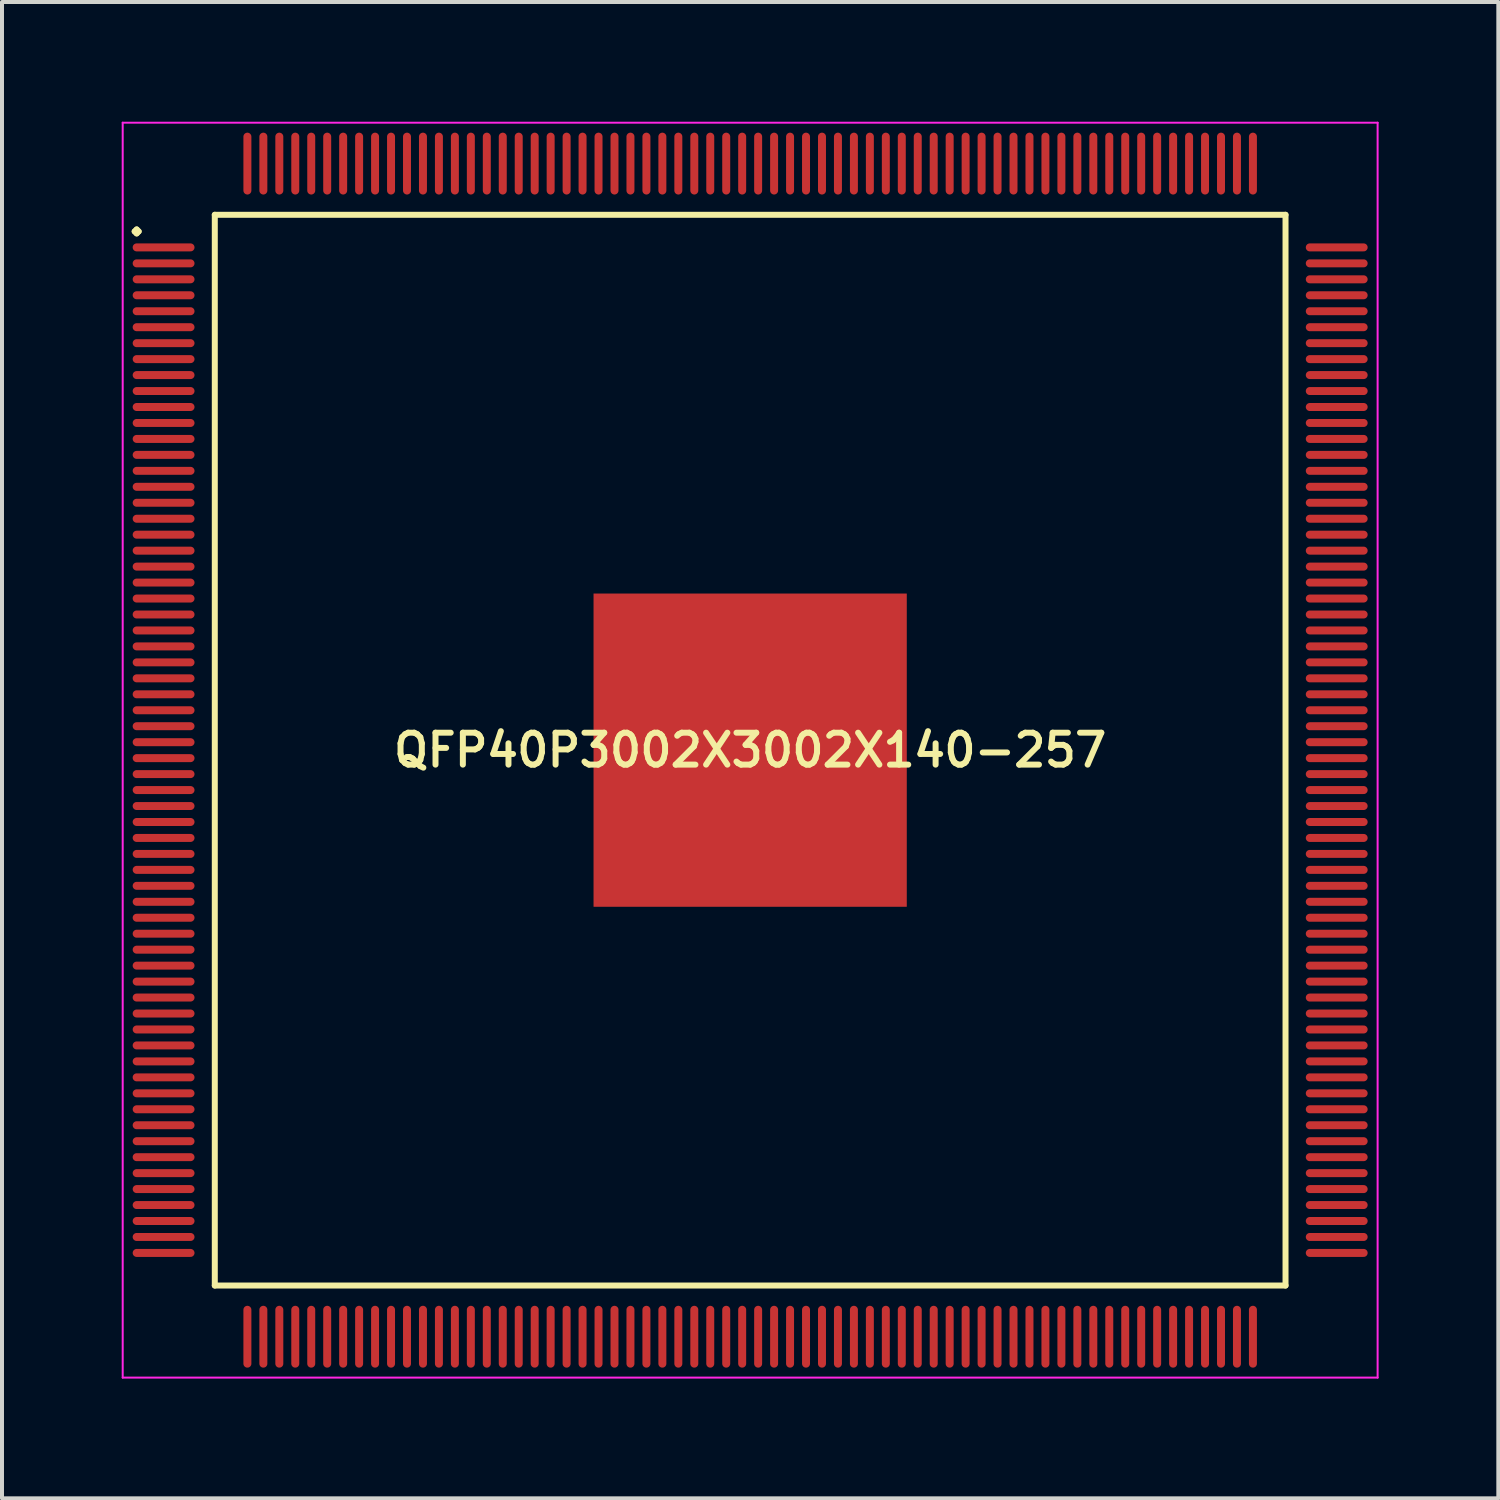
<source format=kicad_pcb>
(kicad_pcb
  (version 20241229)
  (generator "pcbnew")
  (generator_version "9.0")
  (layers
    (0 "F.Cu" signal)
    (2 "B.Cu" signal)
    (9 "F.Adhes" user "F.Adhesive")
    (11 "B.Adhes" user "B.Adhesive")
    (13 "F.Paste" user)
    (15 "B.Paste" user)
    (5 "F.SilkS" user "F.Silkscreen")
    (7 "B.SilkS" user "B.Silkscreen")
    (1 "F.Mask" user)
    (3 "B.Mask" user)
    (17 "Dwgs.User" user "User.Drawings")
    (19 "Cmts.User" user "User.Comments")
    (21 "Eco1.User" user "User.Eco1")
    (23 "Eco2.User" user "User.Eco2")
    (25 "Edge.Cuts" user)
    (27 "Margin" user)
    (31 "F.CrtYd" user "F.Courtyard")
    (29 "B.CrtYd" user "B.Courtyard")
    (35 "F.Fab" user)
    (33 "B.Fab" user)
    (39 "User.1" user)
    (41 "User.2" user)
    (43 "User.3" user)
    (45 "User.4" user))
  (footprint "QFP40P3002X3002X140-257"
    (layer "F.Cu")
    (at 15.75 15.75)
    (property "Reference" "QFP40P3002X3002X140-257" (at 0 0 0) (layer "F.SilkS") (effects (font (size 0.8 0.8) (thickness 0.15))))
    (attr smd)
    (fp_line (start -15.425 -13) (end -15.375 -13.05) (stroke (width 0.15) (type solid)) (layer "F.SilkS"))
    (fp_line (start -15.375 -13.05) (end -15.325 -13) (stroke (width 0.15) (type solid)) (layer "F.SilkS"))
    (fp_line (start -15.375 -12.95) (end -15.425 -13) (stroke (width 0.15) (type solid)) (layer "F.SilkS"))
    (fp_line (start -15.325 -13) (end -15.375 -12.95) (stroke (width 0.15) (type solid)) (layer "F.SilkS"))
    (fp_line (start -13.417 -13.417) (end -13.417 13.417) (stroke (width 0.15) (type solid)) (layer "F.SilkS"))
    (fp_line (start -13.417 13.417) (end 13.417 13.417) (stroke (width 0.15) (type solid)) (layer "F.SilkS"))
    (fp_line (start 13.417 -13.417) (end -13.417 -13.417) (stroke (width 0.15) (type solid)) (layer "F.SilkS"))
    (fp_line (start 13.417 13.417) (end 13.417 -13.417) (stroke (width 0.15) (type solid)) (layer "F.SilkS"))
    (fp_line (start -15.725 -15.725) (end 15.725 -15.725) (stroke (width 0.05) (type solid)) (layer "F.CrtYd"))
    (fp_line (start -15.725 15.725) (end -15.725 -15.725) (stroke (width 0.05) (type solid)) (layer "F.CrtYd"))
    (fp_line (start 15.725 -15.725) (end 15.725 15.725) (stroke (width 0.05) (type solid)) (layer "F.CrtYd"))
    (fp_line (start 15.725 15.725) (end -15.725 15.725) (stroke (width 0.05) (type solid)) (layer "F.CrtYd"))
    (pad "1" smd oval (at -14.7 -12.6) (size 1.55 0.2) (layers "F.Cu" "F.Mask" "F.Paste"))
    (pad "2" smd oval (at -14.7 -12.2) (size 1.55 0.2) (layers "F.Cu" "F.Mask" "F.Paste"))
    (pad "3" smd oval (at -14.7 -11.8) (size 1.55 0.2) (layers "F.Cu" "F.Mask" "F.Paste"))
    (pad "4" smd oval (at -14.7 -11.4) (size 1.55 0.2) (layers "F.Cu" "F.Mask" "F.Paste"))
    (pad "5" smd oval (at -14.7 -11) (size 1.55 0.2) (layers "F.Cu" "F.Mask" "F.Paste"))
    (pad "6" smd oval (at -14.7 -10.6) (size 1.55 0.2) (layers "F.Cu" "F.Mask" "F.Paste"))
    (pad "7" smd oval (at -14.7 -10.2) (size 1.55 0.2) (layers "F.Cu" "F.Mask" "F.Paste"))
    (pad "8" smd oval (at -14.7 -9.8) (size 1.55 0.2) (layers "F.Cu" "F.Mask" "F.Paste"))
    (pad "9" smd oval (at -14.7 -9.4) (size 1.55 0.2) (layers "F.Cu" "F.Mask" "F.Paste"))
    (pad "10" smd oval (at -14.7 -9) (size 1.55 0.2) (layers "F.Cu" "F.Mask" "F.Paste"))
    (pad "11" smd oval (at -14.7 -8.6) (size 1.55 0.2) (layers "F.Cu" "F.Mask" "F.Paste"))
    (pad "12" smd oval (at -14.7 -8.2) (size 1.55 0.2) (layers "F.Cu" "F.Mask" "F.Paste"))
    (pad "13" smd oval (at -14.7 -7.8) (size 1.55 0.2) (layers "F.Cu" "F.Mask" "F.Paste"))
    (pad "14" smd oval (at -14.7 -7.4) (size 1.55 0.2) (layers "F.Cu" "F.Mask" "F.Paste"))
    (pad "15" smd oval (at -14.7 -7) (size 1.55 0.2) (layers "F.Cu" "F.Mask" "F.Paste"))
    (pad "16" smd oval (at -14.7 -6.6) (size 1.55 0.2) (layers "F.Cu" "F.Mask" "F.Paste"))
    (pad "17" smd oval (at -14.7 -6.2) (size 1.55 0.2) (layers "F.Cu" "F.Mask" "F.Paste"))
    (pad "18" smd oval (at -14.7 -5.8) (size 1.55 0.2) (layers "F.Cu" "F.Mask" "F.Paste"))
    (pad "19" smd oval (at -14.7 -5.4) (size 1.55 0.2) (layers "F.Cu" "F.Mask" "F.Paste"))
    (pad "20" smd oval (at -14.7 -5) (size 1.55 0.2) (layers "F.Cu" "F.Mask" "F.Paste"))
    (pad "21" smd oval (at -14.7 -4.6) (size 1.55 0.2) (layers "F.Cu" "F.Mask" "F.Paste"))
    (pad "22" smd oval (at -14.7 -4.2) (size 1.55 0.2) (layers "F.Cu" "F.Mask" "F.Paste"))
    (pad "23" smd oval (at -14.7 -3.8) (size 1.55 0.2) (layers "F.Cu" "F.Mask" "F.Paste"))
    (pad "24" smd oval (at -14.7 -3.4) (size 1.55 0.2) (layers "F.Cu" "F.Mask" "F.Paste"))
    (pad "25" smd oval (at -14.7 -3) (size 1.55 0.2) (layers "F.Cu" "F.Mask" "F.Paste"))
    (pad "26" smd oval (at -14.7 -2.6) (size 1.55 0.2) (layers "F.Cu" "F.Mask" "F.Paste"))
    (pad "27" smd oval (at -14.7 -2.2) (size 1.55 0.2) (layers "F.Cu" "F.Mask" "F.Paste"))
    (pad "28" smd oval (at -14.7 -1.8) (size 1.55 0.2) (layers "F.Cu" "F.Mask" "F.Paste"))
    (pad "29" smd oval (at -14.7 -1.4) (size 1.55 0.2) (layers "F.Cu" "F.Mask" "F.Paste"))
    (pad "30" smd oval (at -14.7 -1) (size 1.55 0.2) (layers "F.Cu" "F.Mask" "F.Paste"))
    (pad "31" smd oval (at -14.7 -0.6) (size 1.55 0.2) (layers "F.Cu" "F.Mask" "F.Paste"))
    (pad "32" smd oval (at -14.7 -0.2) (size 1.55 0.2) (layers "F.Cu" "F.Mask" "F.Paste"))
    (pad "33" smd oval (at -14.7 0.2) (size 1.55 0.2) (layers "F.Cu" "F.Mask" "F.Paste"))
    (pad "34" smd oval (at -14.7 0.6) (size 1.55 0.2) (layers "F.Cu" "F.Mask" "F.Paste"))
    (pad "35" smd oval (at -14.7 1) (size 1.55 0.2) (layers "F.Cu" "F.Mask" "F.Paste"))
    (pad "36" smd oval (at -14.7 1.4) (size 1.55 0.2) (layers "F.Cu" "F.Mask" "F.Paste"))
    (pad "37" smd oval (at -14.7 1.8) (size 1.55 0.2) (layers "F.Cu" "F.Mask" "F.Paste"))
    (pad "38" smd oval (at -14.7 2.2) (size 1.55 0.2) (layers "F.Cu" "F.Mask" "F.Paste"))
    (pad "39" smd oval (at -14.7 2.6) (size 1.55 0.2) (layers "F.Cu" "F.Mask" "F.Paste"))
    (pad "40" smd oval (at -14.7 3) (size 1.55 0.2) (layers "F.Cu" "F.Mask" "F.Paste"))
    (pad "41" smd oval (at -14.7 3.4) (size 1.55 0.2) (layers "F.Cu" "F.Mask" "F.Paste"))
    (pad "42" smd oval (at -14.7 3.8) (size 1.55 0.2) (layers "F.Cu" "F.Mask" "F.Paste"))
    (pad "43" smd oval (at -14.7 4.2) (size 1.55 0.2) (layers "F.Cu" "F.Mask" "F.Paste"))
    (pad "44" smd oval (at -14.7 4.6) (size 1.55 0.2) (layers "F.Cu" "F.Mask" "F.Paste"))
    (pad "45" smd oval (at -14.7 5) (size 1.55 0.2) (layers "F.Cu" "F.Mask" "F.Paste"))
    (pad "46" smd oval (at -14.7 5.4) (size 1.55 0.2) (layers "F.Cu" "F.Mask" "F.Paste"))
    (pad "47" smd oval (at -14.7 5.8) (size 1.55 0.2) (layers "F.Cu" "F.Mask" "F.Paste"))
    (pad "48" smd oval (at -14.7 6.2) (size 1.55 0.2) (layers "F.Cu" "F.Mask" "F.Paste"))
    (pad "49" smd oval (at -14.7 6.6) (size 1.55 0.2) (layers "F.Cu" "F.Mask" "F.Paste"))
    (pad "50" smd oval (at -14.7 7) (size 1.55 0.2) (layers "F.Cu" "F.Mask" "F.Paste"))
    (pad "51" smd oval (at -14.7 7.4) (size 1.55 0.2) (layers "F.Cu" "F.Mask" "F.Paste"))
    (pad "52" smd oval (at -14.7 7.8) (size 1.55 0.2) (layers "F.Cu" "F.Mask" "F.Paste"))
    (pad "53" smd oval (at -14.7 8.2) (size 1.55 0.2) (layers "F.Cu" "F.Mask" "F.Paste"))
    (pad "54" smd oval (at -14.7 8.6) (size 1.55 0.2) (layers "F.Cu" "F.Mask" "F.Paste"))
    (pad "55" smd oval (at -14.7 9) (size 1.55 0.2) (layers "F.Cu" "F.Mask" "F.Paste"))
    (pad "56" smd oval (at -14.7 9.4) (size 1.55 0.2) (layers "F.Cu" "F.Mask" "F.Paste"))
    (pad "57" smd oval (at -14.7 9.8) (size 1.55 0.2) (layers "F.Cu" "F.Mask" "F.Paste"))
    (pad "58" smd oval (at -14.7 10.2) (size 1.55 0.2) (layers "F.Cu" "F.Mask" "F.Paste"))
    (pad "59" smd oval (at -14.7 10.6) (size 1.55 0.2) (layers "F.Cu" "F.Mask" "F.Paste"))
    (pad "60" smd oval (at -14.7 11) (size 1.55 0.2) (layers "F.Cu" "F.Mask" "F.Paste"))
    (pad "61" smd oval (at -14.7 11.4) (size 1.55 0.2) (layers "F.Cu" "F.Mask" "F.Paste"))
    (pad "62" smd oval (at -14.7 11.8) (size 1.55 0.2) (layers "F.Cu" "F.Mask" "F.Paste"))
    (pad "63" smd oval (at -14.7 12.2) (size 1.55 0.2) (layers "F.Cu" "F.Mask" "F.Paste"))
    (pad "64" smd oval (at -14.7 12.6) (size 1.55 0.2) (layers "F.Cu" "F.Mask" "F.Paste"))
    (pad "65" smd oval (at -12.6 14.7) (size 0.2 1.55) (layers "F.Cu" "F.Mask" "F.Paste"))
    (pad "66" smd oval (at -12.2 14.7) (size 0.2 1.55) (layers "F.Cu" "F.Mask" "F.Paste"))
    (pad "67" smd oval (at -11.8 14.7) (size 0.2 1.55) (layers "F.Cu" "F.Mask" "F.Paste"))
    (pad "68" smd oval (at -11.4 14.7) (size 0.2 1.55) (layers "F.Cu" "F.Mask" "F.Paste"))
    (pad "69" smd oval (at -11 14.7) (size 0.2 1.55) (layers "F.Cu" "F.Mask" "F.Paste"))
    (pad "70" smd oval (at -10.6 14.7) (size 0.2 1.55) (layers "F.Cu" "F.Mask" "F.Paste"))
    (pad "71" smd oval (at -10.2 14.7) (size 0.2 1.55) (layers "F.Cu" "F.Mask" "F.Paste"))
    (pad "72" smd oval (at -9.8 14.7) (size 0.2 1.55) (layers "F.Cu" "F.Mask" "F.Paste"))
    (pad "73" smd oval (at -9.4 14.7) (size 0.2 1.55) (layers "F.Cu" "F.Mask" "F.Paste"))
    (pad "74" smd oval (at -9 14.7) (size 0.2 1.55) (layers "F.Cu" "F.Mask" "F.Paste"))
    (pad "75" smd oval (at -8.6 14.7) (size 0.2 1.55) (layers "F.Cu" "F.Mask" "F.Paste"))
    (pad "76" smd oval (at -8.2 14.7) (size 0.2 1.55) (layers "F.Cu" "F.Mask" "F.Paste"))
    (pad "77" smd oval (at -7.8 14.7) (size 0.2 1.55) (layers "F.Cu" "F.Mask" "F.Paste"))
    (pad "78" smd oval (at -7.4 14.7) (size 0.2 1.55) (layers "F.Cu" "F.Mask" "F.Paste"))
    (pad "79" smd oval (at -7 14.7) (size 0.2 1.55) (layers "F.Cu" "F.Mask" "F.Paste"))
    (pad "80" smd oval (at -6.6 14.7) (size 0.2 1.55) (layers "F.Cu" "F.Mask" "F.Paste"))
    (pad "81" smd oval (at -6.2 14.7) (size 0.2 1.55) (layers "F.Cu" "F.Mask" "F.Paste"))
    (pad "82" smd oval (at -5.8 14.7) (size 0.2 1.55) (layers "F.Cu" "F.Mask" "F.Paste"))
    (pad "83" smd oval (at -5.4 14.7) (size 0.2 1.55) (layers "F.Cu" "F.Mask" "F.Paste"))
    (pad "84" smd oval (at -5 14.7) (size 0.2 1.55) (layers "F.Cu" "F.Mask" "F.Paste"))
    (pad "85" smd oval (at -4.6 14.7) (size 0.2 1.55) (layers "F.Cu" "F.Mask" "F.Paste"))
    (pad "86" smd oval (at -4.2 14.7) (size 0.2 1.55) (layers "F.Cu" "F.Mask" "F.Paste"))
    (pad "87" smd oval (at -3.8 14.7) (size 0.2 1.55) (layers "F.Cu" "F.Mask" "F.Paste"))
    (pad "88" smd oval (at -3.4 14.7) (size 0.2 1.55) (layers "F.Cu" "F.Mask" "F.Paste"))
    (pad "89" smd oval (at -3 14.7) (size 0.2 1.55) (layers "F.Cu" "F.Mask" "F.Paste"))
    (pad "90" smd oval (at -2.6 14.7) (size 0.2 1.55) (layers "F.Cu" "F.Mask" "F.Paste"))
    (pad "91" smd oval (at -2.2 14.7) (size 0.2 1.55) (layers "F.Cu" "F.Mask" "F.Paste"))
    (pad "92" smd oval (at -1.8 14.7) (size 0.2 1.55) (layers "F.Cu" "F.Mask" "F.Paste"))
    (pad "93" smd oval (at -1.4 14.7) (size 0.2 1.55) (layers "F.Cu" "F.Mask" "F.Paste"))
    (pad "94" smd oval (at -1 14.7) (size 0.2 1.55) (layers "F.Cu" "F.Mask" "F.Paste"))
    (pad "95" smd oval (at -0.6 14.7) (size 0.2 1.55) (layers "F.Cu" "F.Mask" "F.Paste"))
    (pad "96" smd oval (at -0.2 14.7) (size 0.2 1.55) (layers "F.Cu" "F.Mask" "F.Paste"))
    (pad "97" smd oval (at 0.2 14.7) (size 0.2 1.55) (layers "F.Cu" "F.Mask" "F.Paste"))
    (pad "98" smd oval (at 0.6 14.7) (size 0.2 1.55) (layers "F.Cu" "F.Mask" "F.Paste"))
    (pad "99" smd oval (at 1 14.7) (size 0.2 1.55) (layers "F.Cu" "F.Mask" "F.Paste"))
    (pad "100" smd oval (at 1.4 14.7) (size 0.2 1.55) (layers "F.Cu" "F.Mask" "F.Paste"))
    (pad "101" smd oval (at 1.8 14.7) (size 0.2 1.55) (layers "F.Cu" "F.Mask" "F.Paste"))
    (pad "102" smd oval (at 2.2 14.7) (size 0.2 1.55) (layers "F.Cu" "F.Mask" "F.Paste"))
    (pad "103" smd oval (at 2.6 14.7) (size 0.2 1.55) (layers "F.Cu" "F.Mask" "F.Paste"))
    (pad "104" smd oval (at 3 14.7) (size 0.2 1.55) (layers "F.Cu" "F.Mask" "F.Paste"))
    (pad "105" smd oval (at 3.4 14.7) (size 0.2 1.55) (layers "F.Cu" "F.Mask" "F.Paste"))
    (pad "106" smd oval (at 3.8 14.7) (size 0.2 1.55) (layers "F.Cu" "F.Mask" "F.Paste"))
    (pad "107" smd oval (at 4.2 14.7) (size 0.2 1.55) (layers "F.Cu" "F.Mask" "F.Paste"))
    (pad "108" smd oval (at 4.6 14.7) (size 0.2 1.55) (layers "F.Cu" "F.Mask" "F.Paste"))
    (pad "109" smd oval (at 5 14.7) (size 0.2 1.55) (layers "F.Cu" "F.Mask" "F.Paste"))
    (pad "110" smd oval (at 5.4 14.7) (size 0.2 1.55) (layers "F.Cu" "F.Mask" "F.Paste"))
    (pad "111" smd oval (at 5.8 14.7) (size 0.2 1.55) (layers "F.Cu" "F.Mask" "F.Paste"))
    (pad "112" smd oval (at 6.2 14.7) (size 0.2 1.55) (layers "F.Cu" "F.Mask" "F.Paste"))
    (pad "113" smd oval (at 6.6 14.7) (size 0.2 1.55) (layers "F.Cu" "F.Mask" "F.Paste"))
    (pad "114" smd oval (at 7 14.7) (size 0.2 1.55) (layers "F.Cu" "F.Mask" "F.Paste"))
    (pad "115" smd oval (at 7.4 14.7) (size 0.2 1.55) (layers "F.Cu" "F.Mask" "F.Paste"))
    (pad "116" smd oval (at 7.8 14.7) (size 0.2 1.55) (layers "F.Cu" "F.Mask" "F.Paste"))
    (pad "117" smd oval (at 8.2 14.7) (size 0.2 1.55) (layers "F.Cu" "F.Mask" "F.Paste"))
    (pad "118" smd oval (at 8.6 14.7) (size 0.2 1.55) (layers "F.Cu" "F.Mask" "F.Paste"))
    (pad "119" smd oval (at 9 14.7) (size 0.2 1.55) (layers "F.Cu" "F.Mask" "F.Paste"))
    (pad "120" smd oval (at 9.4 14.7) (size 0.2 1.55) (layers "F.Cu" "F.Mask" "F.Paste"))
    (pad "121" smd oval (at 9.8 14.7) (size 0.2 1.55) (layers "F.Cu" "F.Mask" "F.Paste"))
    (pad "122" smd oval (at 10.2 14.7) (size 0.2 1.55) (layers "F.Cu" "F.Mask" "F.Paste"))
    (pad "123" smd oval (at 10.6 14.7) (size 0.2 1.55) (layers "F.Cu" "F.Mask" "F.Paste"))
    (pad "124" smd oval (at 11 14.7) (size 0.2 1.55) (layers "F.Cu" "F.Mask" "F.Paste"))
    (pad "125" smd oval (at 11.4 14.7) (size 0.2 1.55) (layers "F.Cu" "F.Mask" "F.Paste"))
    (pad "126" smd oval (at 11.8 14.7) (size 0.2 1.55) (layers "F.Cu" "F.Mask" "F.Paste"))
    (pad "127" smd oval (at 12.2 14.7) (size 0.2 1.55) (layers "F.Cu" "F.Mask" "F.Paste"))
    (pad "128" smd oval (at 12.6 14.7) (size 0.2 1.55) (layers "F.Cu" "F.Mask" "F.Paste"))
    (pad "129" smd oval (at 14.7 12.6) (size 1.55 0.2) (layers "F.Cu" "F.Mask" "F.Paste"))
    (pad "130" smd oval (at 14.7 12.2) (size 1.55 0.2) (layers "F.Cu" "F.Mask" "F.Paste"))
    (pad "131" smd oval (at 14.7 11.8) (size 1.55 0.2) (layers "F.Cu" "F.Mask" "F.Paste"))
    (pad "132" smd oval (at 14.7 11.4) (size 1.55 0.2) (layers "F.Cu" "F.Mask" "F.Paste"))
    (pad "133" smd oval (at 14.7 11) (size 1.55 0.2) (layers "F.Cu" "F.Mask" "F.Paste"))
    (pad "134" smd oval (at 14.7 10.6) (size 1.55 0.2) (layers "F.Cu" "F.Mask" "F.Paste"))
    (pad "135" smd oval (at 14.7 10.2) (size 1.55 0.2) (layers "F.Cu" "F.Mask" "F.Paste"))
    (pad "136" smd oval (at 14.7 9.8) (size 1.55 0.2) (layers "F.Cu" "F.Mask" "F.Paste"))
    (pad "137" smd oval (at 14.7 9.4) (size 1.55 0.2) (layers "F.Cu" "F.Mask" "F.Paste"))
    (pad "138" smd oval (at 14.7 9) (size 1.55 0.2) (layers "F.Cu" "F.Mask" "F.Paste"))
    (pad "139" smd oval (at 14.7 8.6) (size 1.55 0.2) (layers "F.Cu" "F.Mask" "F.Paste"))
    (pad "140" smd oval (at 14.7 8.2) (size 1.55 0.2) (layers "F.Cu" "F.Mask" "F.Paste"))
    (pad "141" smd oval (at 14.7 7.8) (size 1.55 0.2) (layers "F.Cu" "F.Mask" "F.Paste"))
    (pad "142" smd oval (at 14.7 7.4) (size 1.55 0.2) (layers "F.Cu" "F.Mask" "F.Paste"))
    (pad "143" smd oval (at 14.7 7) (size 1.55 0.2) (layers "F.Cu" "F.Mask" "F.Paste"))
    (pad "144" smd oval (at 14.7 6.6) (size 1.55 0.2) (layers "F.Cu" "F.Mask" "F.Paste"))
    (pad "145" smd oval (at 14.7 6.2) (size 1.55 0.2) (layers "F.Cu" "F.Mask" "F.Paste"))
    (pad "146" smd oval (at 14.7 5.8) (size 1.55 0.2) (layers "F.Cu" "F.Mask" "F.Paste"))
    (pad "147" smd oval (at 14.7 5.4) (size 1.55 0.2) (layers "F.Cu" "F.Mask" "F.Paste"))
    (pad "148" smd oval (at 14.7 5) (size 1.55 0.2) (layers "F.Cu" "F.Mask" "F.Paste"))
    (pad "149" smd oval (at 14.7 4.6) (size 1.55 0.2) (layers "F.Cu" "F.Mask" "F.Paste"))
    (pad "150" smd oval (at 14.7 4.2) (size 1.55 0.2) (layers "F.Cu" "F.Mask" "F.Paste"))
    (pad "151" smd oval (at 14.7 3.8) (size 1.55 0.2) (layers "F.Cu" "F.Mask" "F.Paste"))
    (pad "152" smd oval (at 14.7 3.4) (size 1.55 0.2) (layers "F.Cu" "F.Mask" "F.Paste"))
    (pad "153" smd oval (at 14.7 3) (size 1.55 0.2) (layers "F.Cu" "F.Mask" "F.Paste"))
    (pad "154" smd oval (at 14.7 2.6) (size 1.55 0.2) (layers "F.Cu" "F.Mask" "F.Paste"))
    (pad "155" smd oval (at 14.7 2.2) (size 1.55 0.2) (layers "F.Cu" "F.Mask" "F.Paste"))
    (pad "156" smd oval (at 14.7 1.8) (size 1.55 0.2) (layers "F.Cu" "F.Mask" "F.Paste"))
    (pad "157" smd oval (at 14.7 1.4) (size 1.55 0.2) (layers "F.Cu" "F.Mask" "F.Paste"))
    (pad "158" smd oval (at 14.7 1) (size 1.55 0.2) (layers "F.Cu" "F.Mask" "F.Paste"))
    (pad "159" smd oval (at 14.7 0.6) (size 1.55 0.2) (layers "F.Cu" "F.Mask" "F.Paste"))
    (pad "160" smd oval (at 14.7 0.2) (size 1.55 0.2) (layers "F.Cu" "F.Mask" "F.Paste"))
    (pad "161" smd oval (at 14.7 -0.2) (size 1.55 0.2) (layers "F.Cu" "F.Mask" "F.Paste"))
    (pad "162" smd oval (at 14.7 -0.6) (size 1.55 0.2) (layers "F.Cu" "F.Mask" "F.Paste"))
    (pad "163" smd oval (at 14.7 -1) (size 1.55 0.2) (layers "F.Cu" "F.Mask" "F.Paste"))
    (pad "164" smd oval (at 14.7 -1.4) (size 1.55 0.2) (layers "F.Cu" "F.Mask" "F.Paste"))
    (pad "165" smd oval (at 14.7 -1.8) (size 1.55 0.2) (layers "F.Cu" "F.Mask" "F.Paste"))
    (pad "166" smd oval (at 14.7 -2.2) (size 1.55 0.2) (layers "F.Cu" "F.Mask" "F.Paste"))
    (pad "167" smd oval (at 14.7 -2.6) (size 1.55 0.2) (layers "F.Cu" "F.Mask" "F.Paste"))
    (pad "168" smd oval (at 14.7 -3) (size 1.55 0.2) (layers "F.Cu" "F.Mask" "F.Paste"))
    (pad "169" smd oval (at 14.7 -3.4) (size 1.55 0.2) (layers "F.Cu" "F.Mask" "F.Paste"))
    (pad "170" smd oval (at 14.7 -3.8) (size 1.55 0.2) (layers "F.Cu" "F.Mask" "F.Paste"))
    (pad "171" smd oval (at 14.7 -4.2) (size 1.55 0.2) (layers "F.Cu" "F.Mask" "F.Paste"))
    (pad "172" smd oval (at 14.7 -4.6) (size 1.55 0.2) (layers "F.Cu" "F.Mask" "F.Paste"))
    (pad "173" smd oval (at 14.7 -5) (size 1.55 0.2) (layers "F.Cu" "F.Mask" "F.Paste"))
    (pad "174" smd oval (at 14.7 -5.4) (size 1.55 0.2) (layers "F.Cu" "F.Mask" "F.Paste"))
    (pad "175" smd oval (at 14.7 -5.8) (size 1.55 0.2) (layers "F.Cu" "F.Mask" "F.Paste"))
    (pad "176" smd oval (at 14.7 -6.2) (size 1.55 0.2) (layers "F.Cu" "F.Mask" "F.Paste"))
    (pad "177" smd oval (at 14.7 -6.6) (size 1.55 0.2) (layers "F.Cu" "F.Mask" "F.Paste"))
    (pad "178" smd oval (at 14.7 -7) (size 1.55 0.2) (layers "F.Cu" "F.Mask" "F.Paste"))
    (pad "179" smd oval (at 14.7 -7.4) (size 1.55 0.2) (layers "F.Cu" "F.Mask" "F.Paste"))
    (pad "180" smd oval (at 14.7 -7.8) (size 1.55 0.2) (layers "F.Cu" "F.Mask" "F.Paste"))
    (pad "181" smd oval (at 14.7 -8.2) (size 1.55 0.2) (layers "F.Cu" "F.Mask" "F.Paste"))
    (pad "182" smd oval (at 14.7 -8.6) (size 1.55 0.2) (layers "F.Cu" "F.Mask" "F.Paste"))
    (pad "183" smd oval (at 14.7 -9) (size 1.55 0.2) (layers "F.Cu" "F.Mask" "F.Paste"))
    (pad "184" smd oval (at 14.7 -9.4) (size 1.55 0.2) (layers "F.Cu" "F.Mask" "F.Paste"))
    (pad "185" smd oval (at 14.7 -9.8) (size 1.55 0.2) (layers "F.Cu" "F.Mask" "F.Paste"))
    (pad "186" smd oval (at 14.7 -10.2) (size 1.55 0.2) (layers "F.Cu" "F.Mask" "F.Paste"))
    (pad "187" smd oval (at 14.7 -10.6) (size 1.55 0.2) (layers "F.Cu" "F.Mask" "F.Paste"))
    (pad "188" smd oval (at 14.7 -11) (size 1.55 0.2) (layers "F.Cu" "F.Mask" "F.Paste"))
    (pad "189" smd oval (at 14.7 -11.4) (size 1.55 0.2) (layers "F.Cu" "F.Mask" "F.Paste"))
    (pad "190" smd oval (at 14.7 -11.8) (size 1.55 0.2) (layers "F.Cu" "F.Mask" "F.Paste"))
    (pad "191" smd oval (at 14.7 -12.2) (size 1.55 0.2) (layers "F.Cu" "F.Mask" "F.Paste"))
    (pad "192" smd oval (at 14.7 -12.6) (size 1.55 0.2) (layers "F.Cu" "F.Mask" "F.Paste"))
    (pad "193" smd oval (at 12.6 -14.7) (size 0.2 1.55) (layers "F.Cu" "F.Mask" "F.Paste"))
    (pad "194" smd oval (at 12.2 -14.7) (size 0.2 1.55) (layers "F.Cu" "F.Mask" "F.Paste"))
    (pad "195" smd oval (at 11.8 -14.7) (size 0.2 1.55) (layers "F.Cu" "F.Mask" "F.Paste"))
    (pad "196" smd oval (at 11.4 -14.7) (size 0.2 1.55) (layers "F.Cu" "F.Mask" "F.Paste"))
    (pad "197" smd oval (at 11 -14.7) (size 0.2 1.55) (layers "F.Cu" "F.Mask" "F.Paste"))
    (pad "198" smd oval (at 10.6 -14.7) (size 0.2 1.55) (layers "F.Cu" "F.Mask" "F.Paste"))
    (pad "199" smd oval (at 10.2 -14.7) (size 0.2 1.55) (layers "F.Cu" "F.Mask" "F.Paste"))
    (pad "200" smd oval (at 9.8 -14.7) (size 0.2 1.55) (layers "F.Cu" "F.Mask" "F.Paste"))
    (pad "201" smd oval (at 9.4 -14.7) (size 0.2 1.55) (layers "F.Cu" "F.Mask" "F.Paste"))
    (pad "202" smd oval (at 9 -14.7) (size 0.2 1.55) (layers "F.Cu" "F.Mask" "F.Paste"))
    (pad "203" smd oval (at 8.6 -14.7) (size 0.2 1.55) (layers "F.Cu" "F.Mask" "F.Paste"))
    (pad "204" smd oval (at 8.2 -14.7) (size 0.2 1.55) (layers "F.Cu" "F.Mask" "F.Paste"))
    (pad "205" smd oval (at 7.8 -14.7) (size 0.2 1.55) (layers "F.Cu" "F.Mask" "F.Paste"))
    (pad "206" smd oval (at 7.4 -14.7) (size 0.2 1.55) (layers "F.Cu" "F.Mask" "F.Paste"))
    (pad "207" smd oval (at 7 -14.7) (size 0.2 1.55) (layers "F.Cu" "F.Mask" "F.Paste"))
    (pad "208" smd oval (at 6.6 -14.7) (size 0.2 1.55) (layers "F.Cu" "F.Mask" "F.Paste"))
    (pad "209" smd oval (at 6.2 -14.7) (size 0.2 1.55) (layers "F.Cu" "F.Mask" "F.Paste"))
    (pad "210" smd oval (at 5.8 -14.7) (size 0.2 1.55) (layers "F.Cu" "F.Mask" "F.Paste"))
    (pad "211" smd oval (at 5.4 -14.7) (size 0.2 1.55) (layers "F.Cu" "F.Mask" "F.Paste"))
    (pad "212" smd oval (at 5 -14.7) (size 0.2 1.55) (layers "F.Cu" "F.Mask" "F.Paste"))
    (pad "213" smd oval (at 4.6 -14.7) (size 0.2 1.55) (layers "F.Cu" "F.Mask" "F.Paste"))
    (pad "214" smd oval (at 4.2 -14.7) (size 0.2 1.55) (layers "F.Cu" "F.Mask" "F.Paste"))
    (pad "215" smd oval (at 3.8 -14.7) (size 0.2 1.55) (layers "F.Cu" "F.Mask" "F.Paste"))
    (pad "216" smd oval (at 3.4 -14.7) (size 0.2 1.55) (layers "F.Cu" "F.Mask" "F.Paste"))
    (pad "217" smd oval (at 3 -14.7) (size 0.2 1.55) (layers "F.Cu" "F.Mask" "F.Paste"))
    (pad "218" smd oval (at 2.6 -14.7) (size 0.2 1.55) (layers "F.Cu" "F.Mask" "F.Paste"))
    (pad "219" smd oval (at 2.2 -14.7) (size 0.2 1.55) (layers "F.Cu" "F.Mask" "F.Paste"))
    (pad "220" smd oval (at 1.8 -14.7) (size 0.2 1.55) (layers "F.Cu" "F.Mask" "F.Paste"))
    (pad "221" smd oval (at 1.4 -14.7) (size 0.2 1.55) (layers "F.Cu" "F.Mask" "F.Paste"))
    (pad "222" smd oval (at 1 -14.7) (size 0.2 1.55) (layers "F.Cu" "F.Mask" "F.Paste"))
    (pad "223" smd oval (at 0.6 -14.7) (size 0.2 1.55) (layers "F.Cu" "F.Mask" "F.Paste"))
    (pad "224" smd oval (at 0.2 -14.7) (size 0.2 1.55) (layers "F.Cu" "F.Mask" "F.Paste"))
    (pad "225" smd oval (at -0.2 -14.7) (size 0.2 1.55) (layers "F.Cu" "F.Mask" "F.Paste"))
    (pad "226" smd oval (at -0.6 -14.7) (size 0.2 1.55) (layers "F.Cu" "F.Mask" "F.Paste"))
    (pad "227" smd oval (at -1 -14.7) (size 0.2 1.55) (layers "F.Cu" "F.Mask" "F.Paste"))
    (pad "228" smd oval (at -1.4 -14.7) (size 0.2 1.55) (layers "F.Cu" "F.Mask" "F.Paste"))
    (pad "229" smd oval (at -1.8 -14.7) (size 0.2 1.55) (layers "F.Cu" "F.Mask" "F.Paste"))
    (pad "230" smd oval (at -2.2 -14.7) (size 0.2 1.55) (layers "F.Cu" "F.Mask" "F.Paste"))
    (pad "231" smd oval (at -2.6 -14.7) (size 0.2 1.55) (layers "F.Cu" "F.Mask" "F.Paste"))
    (pad "232" smd oval (at -3 -14.7) (size 0.2 1.55) (layers "F.Cu" "F.Mask" "F.Paste"))
    (pad "233" smd oval (at -3.4 -14.7) (size 0.2 1.55) (layers "F.Cu" "F.Mask" "F.Paste"))
    (pad "234" smd oval (at -3.8 -14.7) (size 0.2 1.55) (layers "F.Cu" "F.Mask" "F.Paste"))
    (pad "235" smd oval (at -4.2 -14.7) (size 0.2 1.55) (layers "F.Cu" "F.Mask" "F.Paste"))
    (pad "236" smd oval (at -4.6 -14.7) (size 0.2 1.55) (layers "F.Cu" "F.Mask" "F.Paste"))
    (pad "237" smd oval (at -5 -14.7) (size 0.2 1.55) (layers "F.Cu" "F.Mask" "F.Paste"))
    (pad "238" smd oval (at -5.4 -14.7) (size 0.2 1.55) (layers "F.Cu" "F.Mask" "F.Paste"))
    (pad "239" smd oval (at -5.8 -14.7) (size 0.2 1.55) (layers "F.Cu" "F.Mask" "F.Paste"))
    (pad "240" smd oval (at -6.2 -14.7) (size 0.2 1.55) (layers "F.Cu" "F.Mask" "F.Paste"))
    (pad "241" smd oval (at -6.6 -14.7) (size 0.2 1.55) (layers "F.Cu" "F.Mask" "F.Paste"))
    (pad "242" smd oval (at -7 -14.7) (size 0.2 1.55) (layers "F.Cu" "F.Mask" "F.Paste"))
    (pad "243" smd oval (at -7.4 -14.7) (size 0.2 1.55) (layers "F.Cu" "F.Mask" "F.Paste"))
    (pad "244" smd oval (at -7.8 -14.7) (size 0.2 1.55) (layers "F.Cu" "F.Mask" "F.Paste"))
    (pad "245" smd oval (at -8.2 -14.7) (size 0.2 1.55) (layers "F.Cu" "F.Mask" "F.Paste"))
    (pad "246" smd oval (at -8.6 -14.7) (size 0.2 1.55) (layers "F.Cu" "F.Mask" "F.Paste"))
    (pad "247" smd oval (at -9 -14.7) (size 0.2 1.55) (layers "F.Cu" "F.Mask" "F.Paste"))
    (pad "248" smd oval (at -9.4 -14.7) (size 0.2 1.55) (layers "F.Cu" "F.Mask" "F.Paste"))
    (pad "249" smd oval (at -9.8 -14.7) (size 0.2 1.55) (layers "F.Cu" "F.Mask" "F.Paste"))
    (pad "250" smd oval (at -10.2 -14.7) (size 0.2 1.55) (layers "F.Cu" "F.Mask" "F.Paste"))
    (pad "251" smd oval (at -10.6 -14.7) (size 0.2 1.55) (layers "F.Cu" "F.Mask" "F.Paste"))
    (pad "252" smd oval (at -11 -14.7) (size 0.2 1.55) (layers "F.Cu" "F.Mask" "F.Paste"))
    (pad "253" smd oval (at -11.4 -14.7) (size 0.2 1.55) (layers "F.Cu" "F.Mask" "F.Paste"))
    (pad "254" smd oval (at -11.8 -14.7) (size 0.2 1.55) (layers "F.Cu" "F.Mask" "F.Paste"))
    (pad "255" smd oval (at -12.2 -14.7) (size 0.2 1.55) (layers "F.Cu" "F.Mask" "F.Paste"))
    (pad "256" smd oval (at -12.6 -14.7) (size 0.2 1.55) (layers "F.Cu" "F.Mask" "F.Paste"))
    (pad "257" smd rect (at 0 0) (size 7.85 7.85) (layers "F.Cu" "F.Mask" "F.Paste")))
  (gr_rect
    (start -3 -3)
    (end 34.5 34.5)
    (stroke (width 0.1) (type default))
    (fill no)
    (layer "Edge.Cuts")))
</source>
